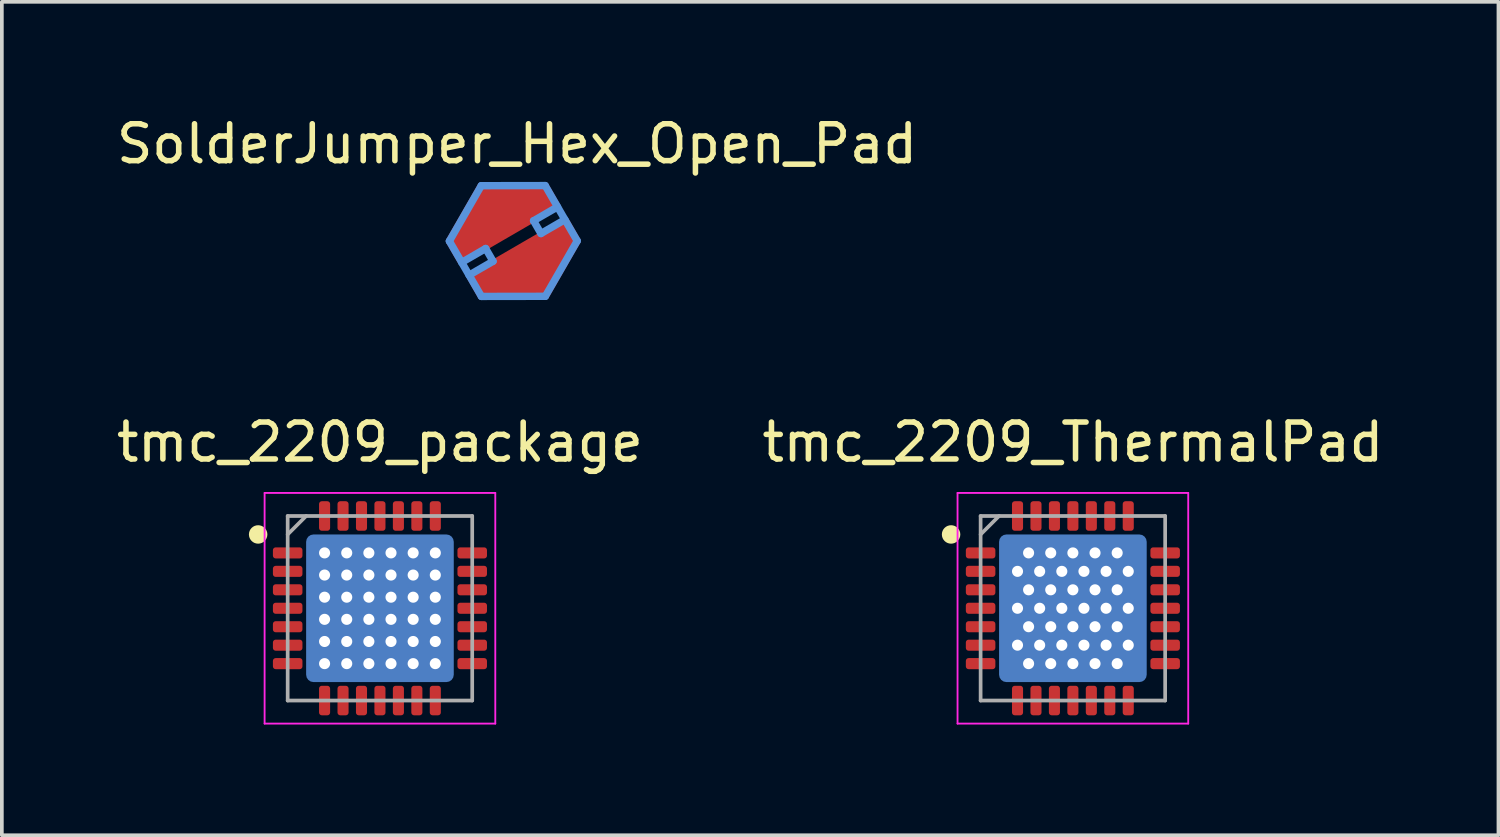
<source format=kicad_pcb>
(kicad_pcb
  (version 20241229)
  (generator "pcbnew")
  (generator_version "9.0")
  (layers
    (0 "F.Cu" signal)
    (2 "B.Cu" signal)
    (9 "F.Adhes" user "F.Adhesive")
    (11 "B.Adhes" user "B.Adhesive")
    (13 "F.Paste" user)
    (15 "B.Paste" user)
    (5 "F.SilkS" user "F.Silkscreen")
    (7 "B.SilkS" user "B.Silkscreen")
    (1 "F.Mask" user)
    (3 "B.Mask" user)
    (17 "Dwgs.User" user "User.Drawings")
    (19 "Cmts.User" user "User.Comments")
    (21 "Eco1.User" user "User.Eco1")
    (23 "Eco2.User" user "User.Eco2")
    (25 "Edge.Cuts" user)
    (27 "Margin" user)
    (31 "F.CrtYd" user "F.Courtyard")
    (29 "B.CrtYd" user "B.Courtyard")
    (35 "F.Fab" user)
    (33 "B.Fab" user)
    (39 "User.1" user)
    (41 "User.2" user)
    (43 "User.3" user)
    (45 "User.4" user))
  (footprint "SolderJumper_Hex_Open_Pad"
    (layer "F.Cu")
    (at 10.811 3.477)
    (property "Reference" "SolderJumper_Hex_Open_Pad" (at 0.147 -2.629 0) (layer "F.SilkS") (effects (font (size 1 1) (thickness 0.15))))
    (attr exclude_from_pos_files exclude_from_bom)
    (fp_line (start -1.686 0.006) (end -0.822 -1.496) (stroke (width 0.2) (type solid)) (layer "Cmts.User"))
    (fp_line (start -1.352 0.582) (end -0.703 0.206) (stroke (width 0.2) (type solid)) (layer "Cmts.User"))
    (fp_line (start -0.822 -1.496) (end 0.91 -1.499) (stroke (width 0.2) (type solid)) (layer "Cmts.User"))
    (fp_line (start -0.818 1.504) (end -1.686 0.006) (stroke (width 0.2) (type solid)) (layer "Cmts.User"))
    (fp_line (start -0.503 0.552) (end -1.152 0.928) (stroke (width 0.2) (type solid)) (layer "Cmts.User"))
    (fp_line (start -0.503 0.552) (end -0.703 0.206) (stroke (width 0.2) (type solid)) (layer "Cmts.User"))
    (fp_line (start 0.595 -0.546) (end 1.244 -0.922) (stroke (width 0.2) (type solid)) (layer "Cmts.User"))
    (fp_line (start 0.795 -0.2) (end 0.595 -0.546) (stroke (width 0.2) (type solid)) (layer "Cmts.User"))
    (fp_line (start 0.795 -0.2) (end 1.444 -0.576) (stroke (width 0.2) (type solid)) (layer "Cmts.User"))
    (fp_line (start 0.91 -1.499) (end 1.778 0) (stroke (width 0.2) (type solid)) (layer "Cmts.User"))
    (fp_line (start 0.914 1.501) (end -0.818 1.504) (stroke (width 0.2) (type solid)) (layer "Cmts.User"))
    (fp_line (start 1.778 0) (end 0.914 1.501) (stroke (width 0.2) (type solid)) (layer "Cmts.User"))
    (pad "1" smd custom (at -0.4 -0.8) (size 1.524 1.524) (layers "F.Cu" "F.Mask") (options (anchor circle)) (primitives (gr_poly (pts (xy -1.283 0.806) (xy -0.421 -0.693) (xy 1.307 -0.695) (xy 1.611 -0.169) (xy -0.977 1.333)) (width 0.2) (fill yes))))
    (pad "2" smd custom (at 0.5 0.8) (size 1.524 1.524) (layers "F.Cu" "F.Mask") (options (anchor circle)) (primitives (gr_poly (pts (xy 1.274 -0.8) (xy 0.412 0.699) (xy -1.316 0.701) (xy -1.619 0.174) (xy 0.969 -1.328)) (width 0.2) (fill yes)))))
  (footprint "tmc_2209_package"
    (layer "F.Cu")
    (at 7.244 13.43)
    (property "Reference" "tmc_2209_package" (at 0 -4.5 0) (layer "F.SilkS") (effects (font (size 1 1) (thickness 0.15))))
    (attr smd)
    (fp_circle (center -3.3 -2) (end -3.3 -1.875) (stroke (width 0.25) (type solid)) (fill no) (layer "F.SilkS"))
    (fp_line (start -3.125 -3.125) (end 3.125 -3.125) (stroke (width 0.05) (type solid)) (layer "F.CrtYd"))
    (fp_line (start -3.125 3.125) (end -3.125 -3.125) (stroke (width 0.05) (type solid)) (layer "F.CrtYd"))
    (fp_line (start 3.125 -3.125) (end 3.125 3.125) (stroke (width 0.05) (type solid)) (layer "F.CrtYd"))
    (fp_line (start 3.125 3.125) (end -3.125 3.125) (stroke (width 0.05) (type solid)) (layer "F.CrtYd"))
    (fp_line (start -2.5 -2.5) (end 2.5 -2.5) (stroke (width 0.1) (type solid)) (layer "F.Fab"))
    (fp_line (start -2.5 -2) (end -2 -2.5) (stroke (width 0.1) (type solid)) (layer "F.Fab"))
    (fp_line (start -2.5 2.5) (end -2.5 -2.5) (stroke (width 0.1) (type solid)) (layer "F.Fab"))
    (fp_line (start 2.5 -2.5) (end 2.5 2.5) (stroke (width 0.1) (type solid)) (layer "F.Fab"))
    (fp_line (start 2.5 2.5) (end -2.5 2.5) (stroke (width 0.1) (type solid)) (layer "F.Fab"))
    (pad "" smd roundrect (at -0.95 -0.95) (size 1.7 1.7) (layers "F.Paste") (roundrect_rratio 0.067))
    (pad "" smd roundrect (at -0.95 0.95) (size 1.7 1.7) (layers "F.Paste") (roundrect_rratio 0.067))
    (pad "" smd roundrect (at 0.95 -0.95) (size 1.7 1.7) (layers "F.Paste") (roundrect_rratio 0.067))
    (pad "" smd roundrect (at 0.95 0.95) (size 1.7 1.7) (layers "F.Paste") (roundrect_rratio 0.067))
    (pad "1" smd roundrect (at -2.5 -1.5 90) (size 0.3 0.8) (layers "F.Cu" "F.Mask" "F.Paste") (roundrect_rratio 0.25))
    (pad "2" smd roundrect (at -2.5 -1 90) (size 0.3 0.8) (layers "F.Cu" "F.Mask" "F.Paste") (roundrect_rratio 0.25))
    (pad "3" smd roundrect (at -2.5 -0.5 90) (size 0.3 0.8) (layers "F.Cu" "F.Mask" "F.Paste") (roundrect_rratio 0.25))
    (pad "4" smd roundrect (at -2.5 0 90) (size 0.3 0.8) (layers "F.Cu" "F.Mask" "F.Paste") (roundrect_rratio 0.25))
    (pad "5" smd roundrect (at -2.5 0.5 90) (size 0.3 0.8) (layers "F.Cu" "F.Mask" "F.Paste") (roundrect_rratio 0.25))
    (pad "6" smd roundrect (at -2.5 1 90) (size 0.3 0.8) (layers "F.Cu" "F.Mask" "F.Paste") (roundrect_rratio 0.25))
    (pad "7" smd roundrect (at -2.5 1.5 90) (size 0.3 0.8) (layers "F.Cu" "F.Mask" "F.Paste") (roundrect_rratio 0.25))
    (pad "8" smd roundrect (at -1.5 2.5) (size 0.3 0.8) (layers "F.Cu" "F.Mask" "F.Paste") (roundrect_rratio 0.25))
    (pad "9" smd roundrect (at -1 2.5) (size 0.3 0.8) (layers "F.Cu" "F.Mask" "F.Paste") (roundrect_rratio 0.25))
    (pad "10" smd roundrect (at -0.5 2.5) (size 0.3 0.8) (layers "F.Cu" "F.Mask" "F.Paste") (roundrect_rratio 0.25))
    (pad "11" smd roundrect (at 0 2.5) (size 0.3 0.8) (layers "F.Cu" "F.Mask" "F.Paste") (roundrect_rratio 0.25))
    (pad "12" smd roundrect (at 0.5 2.5) (size 0.3 0.8) (layers "F.Cu" "F.Mask" "F.Paste") (roundrect_rratio 0.25))
    (pad "13" smd roundrect (at 1 2.5) (size 0.3 0.8) (layers "F.Cu" "F.Mask" "F.Paste") (roundrect_rratio 0.25))
    (pad "14" smd roundrect (at 1.5 2.5) (size 0.3 0.8) (layers "F.Cu" "F.Mask" "F.Paste") (roundrect_rratio 0.25))
    (pad "15" smd roundrect (at 2.5 1.5 90) (size 0.3 0.8) (layers "F.Cu" "F.Mask" "F.Paste") (roundrect_rratio 0.25))
    (pad "16" smd roundrect (at 2.5 1 90) (size 0.3 0.8) (layers "F.Cu" "F.Mask" "F.Paste") (roundrect_rratio 0.25))
    (pad "17" smd roundrect (at 2.5 0.5 90) (size 0.3 0.8) (layers "F.Cu" "F.Mask" "F.Paste") (roundrect_rratio 0.25))
    (pad "18" smd roundrect (at 2.5 0 90) (size 0.3 0.8) (layers "F.Cu" "F.Mask" "F.Paste") (roundrect_rratio 0.25))
    (pad "19" smd roundrect (at 2.5 -0.5 90) (size 0.3 0.8) (layers "F.Cu" "F.Mask" "F.Paste") (roundrect_rratio 0.25))
    (pad "20" smd roundrect (at 2.5 -1 90) (size 0.3 0.8) (layers "F.Cu" "F.Mask" "F.Paste") (roundrect_rratio 0.25))
    (pad "21" smd roundrect (at 2.5 -1.5 90) (size 0.3 0.8) (layers "F.Cu" "F.Mask" "F.Paste") (roundrect_rratio 0.25))
    (pad "22" smd roundrect (at 1.5 -2.5) (size 0.3 0.8) (layers "F.Cu" "F.Mask" "F.Paste") (roundrect_rratio 0.25))
    (pad "23" smd roundrect (at 1 -2.5) (size 0.3 0.8) (layers "F.Cu" "F.Mask" "F.Paste") (roundrect_rratio 0.25))
    (pad "24" smd roundrect (at 0.5 -2.5) (size 0.3 0.8) (layers "F.Cu" "F.Mask" "F.Paste") (roundrect_rratio 0.25))
    (pad "25" smd roundrect (at 0 -2.5) (size 0.3 0.8) (layers "F.Cu" "F.Mask" "F.Paste") (roundrect_rratio 0.25))
    (pad "26" smd roundrect (at -0.5 -2.5) (size 0.3 0.8) (layers "F.Cu" "F.Mask" "F.Paste") (roundrect_rratio 0.25))
    (pad "27" smd roundrect (at -1 -2.5) (size 0.3 0.8) (layers "F.Cu" "F.Mask" "F.Paste") (roundrect_rratio 0.25))
    (pad "28" smd roundrect (at -1.5 -2.5) (size 0.3 0.8) (layers "F.Cu" "F.Mask" "F.Paste") (roundrect_rratio 0.25))
    (pad "29" thru_hole circle (at -1.5 -1.5) (size 0.55 0.55) (drill 0.3) (layers "*.Cu" "*.Mask"))
    (pad "29" thru_hole circle (at -1.5 -0.9) (size 0.55 0.55) (drill 0.3) (layers "*.Cu"))
    (pad "29" thru_hole circle (at -1.5 -0.3) (size 0.55 0.55) (drill 0.3) (layers "*.Cu"))
    (pad "29" thru_hole circle (at -1.5 0.3) (size 0.55 0.55) (drill 0.3) (layers "*.Cu"))
    (pad "29" thru_hole circle (at -1.5 0.9) (size 0.55 0.55) (drill 0.3) (layers "*.Cu"))
    (pad "29" thru_hole circle (at -1.5 1.5) (size 0.55 0.55) (drill 0.3) (layers "*.Cu"))
    (pad "29" thru_hole circle (at -0.9 -1.5) (size 0.55 0.55) (drill 0.3) (layers "*.Cu"))
    (pad "29" thru_hole circle (at -0.9 -0.9) (size 0.55 0.55) (drill 0.3) (layers "*.Cu"))
    (pad "29" thru_hole circle (at -0.9 -0.3) (size 0.55 0.55) (drill 0.3) (layers "*.Cu"))
    (pad "29" thru_hole circle (at -0.9 0.3) (size 0.55 0.55) (drill 0.3) (layers "*.Cu"))
    (pad "29" thru_hole circle (at -0.9 0.9) (size 0.55 0.55) (drill 0.3) (layers "*.Cu"))
    (pad "29" thru_hole circle (at -0.9 1.5) (size 0.55 0.55) (drill 0.3) (layers "*.Cu"))
    (pad "29" thru_hole circle (at -0.3 -1.5) (size 0.55 0.55) (drill 0.3) (layers "*.Cu"))
    (pad "29" thru_hole circle (at -0.3 -0.9) (size 0.55 0.55) (drill 0.3) (layers "*.Cu"))
    (pad "29" thru_hole circle (at -0.3 -0.3) (size 0.55 0.55) (drill 0.3) (layers "*.Cu"))
    (pad "29" thru_hole circle (at -0.3 0.3) (size 0.55 0.55) (drill 0.3) (layers "*.Cu"))
    (pad "29" thru_hole circle (at -0.3 0.9) (size 0.55 0.55) (drill 0.3) (layers "*.Cu"))
    (pad "29" thru_hole circle (at -0.3 1.5) (size 0.55 0.55) (drill 0.3) (layers "*.Cu"))
    (pad "29" smd roundrect (at 0 0) (size 3.8 3.8) (layers "F.Cu" "F.Mask") (roundrect_rratio 0.026))
    (pad "29" smd roundrect (at 0 0) (size 4 4) (layers "B.Cu" "B.Mask") (roundrect_rratio 0.05))
    (pad "29" thru_hole circle (at 0.3 -1.5) (size 0.55 0.55) (drill 0.3) (layers "*.Cu"))
    (pad "29" thru_hole circle (at 0.3 -0.9) (size 0.55 0.55) (drill 0.3) (layers "*.Cu"))
    (pad "29" thru_hole circle (at 0.3 -0.3) (size 0.55 0.55) (drill 0.3) (layers "*.Cu"))
    (pad "29" thru_hole circle (at 0.3 0.3) (size 0.55 0.55) (drill 0.3) (layers "*.Cu"))
    (pad "29" thru_hole circle (at 0.3 0.9) (size 0.55 0.55) (drill 0.3) (layers "*.Cu"))
    (pad "29" thru_hole circle (at 0.3 1.5) (size 0.55 0.55) (drill 0.3) (layers "*.Cu"))
    (pad "29" thru_hole circle (at 0.9 -1.5) (size 0.55 0.55) (drill 0.3) (layers "*.Cu"))
    (pad "29" thru_hole circle (at 0.9 -0.9) (size 0.55 0.55) (drill 0.3) (layers "*.Cu"))
    (pad "29" thru_hole circle (at 0.9 -0.3) (size 0.55 0.55) (drill 0.3) (layers "*.Cu"))
    (pad "29" thru_hole circle (at 0.9 0.3) (size 0.55 0.55) (drill 0.3) (layers "*.Cu"))
    (pad "29" thru_hole circle (at 0.9 0.9) (size 0.55 0.55) (drill 0.3) (layers "*.Cu"))
    (pad "29" thru_hole circle (at 0.9 1.5) (size 0.55 0.55) (drill 0.3) (layers "*.Cu"))
    (pad "29" thru_hole circle (at 1.5 -1.5) (size 0.55 0.55) (drill 0.3) (layers "*.Cu"))
    (pad "29" thru_hole circle (at 1.5 -0.9) (size 0.55 0.55) (drill 0.3) (layers "*.Cu"))
    (pad "29" thru_hole circle (at 1.5 -0.3) (size 0.55 0.55) (drill 0.3) (layers "*.Cu"))
    (pad "29" thru_hole circle (at 1.5 0.3) (size 0.55 0.55) (drill 0.3) (layers "*.Cu"))
    (pad "29" thru_hole circle (at 1.5 0.9) (size 0.55 0.55) (drill 0.3) (layers "*.Cu"))
    (pad "29" thru_hole circle (at 1.5 1.5) (size 0.55 0.55) (drill 0.3) (layers "*.Cu")))
  (footprint "tmc_2209_ThermalPad"
    (layer "F.Cu")
    (at 26.018 13.43)
    (property "Reference" "tmc_2209_ThermalPad" (at 0 -4.5 0) (layer "F.SilkS") (effects (font (size 1 1) (thickness 0.15))))
    (attr smd)
    (fp_circle (center -3.3 -2) (end -3.3 -1.875) (stroke (width 0.25) (type solid)) (fill no) (layer "F.SilkS"))
    (fp_line (start -3.125 -3.125) (end 3.125 -3.125) (stroke (width 0.05) (type solid)) (layer "F.CrtYd"))
    (fp_line (start -3.125 3.125) (end -3.125 -3.125) (stroke (width 0.05) (type solid)) (layer "F.CrtYd"))
    (fp_line (start 3.125 -3.125) (end 3.125 3.125) (stroke (width 0.05) (type solid)) (layer "F.CrtYd"))
    (fp_line (start 3.125 3.125) (end -3.125 3.125) (stroke (width 0.05) (type solid)) (layer "F.CrtYd"))
    (fp_line (start -2.5 -2.5) (end 2.5 -2.5) (stroke (width 0.1) (type solid)) (layer "F.Fab"))
    (fp_line (start -2.5 -2) (end -2 -2.5) (stroke (width 0.1) (type solid)) (layer "F.Fab"))
    (fp_line (start -2.5 2.5) (end -2.5 -2.5) (stroke (width 0.1) (type solid)) (layer "F.Fab"))
    (fp_line (start 2.5 -2.5) (end 2.5 2.5) (stroke (width 0.1) (type solid)) (layer "F.Fab"))
    (fp_line (start 2.5 2.5) (end -2.5 2.5) (stroke (width 0.1) (type solid)) (layer "F.Fab"))
    (pad "" smd roundrect (at -0.925 -0.925) (size 1.65 1.65) (layers "F.Paste") (roundrect_rratio 0.067))
    (pad "" smd roundrect (at -0.925 0.925) (size 1.65 1.65) (layers "F.Paste") (roundrect_rratio 0.067))
    (pad "" smd roundrect (at 0 0) (size 3.7 3.7) (layers "F.Mask") (roundrect_rratio 0.026))
    (pad "" smd roundrect (at 0.925 -0.925) (size 1.65 1.65) (layers "F.Paste") (roundrect_rratio 0.067))
    (pad "" smd roundrect (at 0.925 0.925) (size 1.65 1.65) (layers "F.Paste") (roundrect_rratio 0.067))
    (pad "1" smd roundrect (at -2.5 -1.5 90) (size 0.3 0.8) (layers "F.Cu" "F.Mask" "F.Paste") (roundrect_rratio 0.25))
    (pad "2" smd roundrect (at -2.5 -1 90) (size 0.3 0.8) (layers "F.Cu" "F.Mask" "F.Paste") (roundrect_rratio 0.25))
    (pad "3" smd roundrect (at -2.5 -0.5 90) (size 0.3 0.8) (layers "F.Cu" "F.Mask" "F.Paste") (roundrect_rratio 0.25))
    (pad "4" smd roundrect (at -2.5 0 90) (size 0.3 0.8) (layers "F.Cu" "F.Mask" "F.Paste") (roundrect_rratio 0.25))
    (pad "5" smd roundrect (at -2.5 0.5 90) (size 0.3 0.8) (layers "F.Cu" "F.Mask" "F.Paste") (roundrect_rratio 0.25))
    (pad "6" smd roundrect (at -2.5 1 90) (size 0.3 0.8) (layers "F.Cu" "F.Mask" "F.Paste") (roundrect_rratio 0.25))
    (pad "7" smd roundrect (at -2.5 1.5 90) (size 0.3 0.8) (layers "F.Cu" "F.Mask" "F.Paste") (roundrect_rratio 0.25))
    (pad "8" smd roundrect (at -1.5 2.5) (size 0.3 0.8) (layers "F.Cu" "F.Mask" "F.Paste") (roundrect_rratio 0.25))
    (pad "9" smd roundrect (at -1 2.5) (size 0.3 0.8) (layers "F.Cu" "F.Mask" "F.Paste") (roundrect_rratio 0.25))
    (pad "10" smd roundrect (at -0.5 2.5) (size 0.3 0.8) (layers "F.Cu" "F.Mask" "F.Paste") (roundrect_rratio 0.25))
    (pad "11" smd roundrect (at 0 2.5) (size 0.3 0.8) (layers "F.Cu" "F.Mask" "F.Paste") (roundrect_rratio 0.25))
    (pad "12" smd roundrect (at 0.5 2.5) (size 0.3 0.8) (layers "F.Cu" "F.Mask" "F.Paste") (roundrect_rratio 0.25))
    (pad "13" smd roundrect (at 1 2.5) (size 0.3 0.8) (layers "F.Cu" "F.Mask" "F.Paste") (roundrect_rratio 0.25))
    (pad "14" smd roundrect (at 1.5 2.5) (size 0.3 0.8) (layers "F.Cu" "F.Mask" "F.Paste") (roundrect_rratio 0.25))
    (pad "15" smd roundrect (at 2.5 1.5 90) (size 0.3 0.8) (layers "F.Cu" "F.Mask" "F.Paste") (roundrect_rratio 0.25))
    (pad "16" smd roundrect (at 2.5 1 90) (size 0.3 0.8) (layers "F.Cu" "F.Mask" "F.Paste") (roundrect_rratio 0.25))
    (pad "17" smd roundrect (at 2.5 0.5 90) (size 0.3 0.8) (layers "F.Cu" "F.Mask" "F.Paste") (roundrect_rratio 0.25))
    (pad "18" smd roundrect (at 2.5 0 90) (size 0.3 0.8) (layers "F.Cu" "F.Mask" "F.Paste") (roundrect_rratio 0.25))
    (pad "19" smd roundrect (at 2.5 -0.5 90) (size 0.3 0.8) (layers "F.Cu" "F.Mask" "F.Paste") (roundrect_rratio 0.25))
    (pad "20" smd roundrect (at 2.5 -1 90) (size 0.3 0.8) (layers "F.Cu" "F.Mask" "F.Paste") (roundrect_rratio 0.25))
    (pad "21" smd roundrect (at 2.5 -1.5 90) (size 0.3 0.8) (layers "F.Cu" "F.Mask" "F.Paste") (roundrect_rratio 0.25))
    (pad "22" smd roundrect (at 1.5 -2.5) (size 0.3 0.8) (layers "F.Cu" "F.Mask" "F.Paste") (roundrect_rratio 0.25))
    (pad "23" smd roundrect (at 1 -2.5) (size 0.3 0.8) (layers "F.Cu" "F.Mask" "F.Paste") (roundrect_rratio 0.25))
    (pad "24" smd roundrect (at 0.5 -2.5) (size 0.3 0.8) (layers "F.Cu" "F.Mask" "F.Paste") (roundrect_rratio 0.25))
    (pad "25" smd roundrect (at 0 -2.5) (size 0.3 0.8) (layers "F.Cu" "F.Mask" "F.Paste") (roundrect_rratio 0.25))
    (pad "26" smd roundrect (at -0.5 -2.5) (size 0.3 0.8) (layers "F.Cu" "F.Mask" "F.Paste") (roundrect_rratio 0.25))
    (pad "27" smd roundrect (at -1 -2.5) (size 0.3 0.8) (layers "F.Cu" "F.Mask" "F.Paste") (roundrect_rratio 0.25))
    (pad "28" smd roundrect (at -1.5 -2.5) (size 0.3 0.8) (layers "F.Cu" "F.Mask" "F.Paste") (roundrect_rratio 0.25))
    (pad "29" thru_hole circle (at -1.5 -1) (size 0.55 0.55) (drill 0.3) (layers "*.Cu"))
    (pad "29" thru_hole circle (at -1.5 0) (size 0.55 0.55) (drill 0.3) (layers "*.Cu"))
    (pad "29" thru_hole circle (at -1.5 1) (size 0.55 0.55) (drill 0.3) (layers "*.Cu"))
    (pad "29" thru_hole circle (at -1.2 -1.5) (size 0.55 0.55) (drill 0.3) (layers "*.Cu"))
    (pad "29" thru_hole circle (at -1.2 -0.5) (size 0.55 0.55) (drill 0.3) (layers "*.Cu"))
    (pad "29" thru_hole circle (at -1.2 0.5) (size 0.55 0.55) (drill 0.3) (layers "*.Cu"))
    (pad "29" thru_hole circle (at -1.2 1.5) (size 0.55 0.55) (drill 0.3) (layers "*.Cu"))
    (pad "29" thru_hole circle (at -0.9 -1) (size 0.55 0.55) (drill 0.3) (layers "*.Cu"))
    (pad "29" thru_hole circle (at -0.9 0) (size 0.55 0.55) (drill 0.3) (layers "*.Cu"))
    (pad "29" thru_hole circle (at -0.9 1) (size 0.55 0.55) (drill 0.3) (layers "*.Cu"))
    (pad "29" thru_hole circle (at -0.6 -1.5) (size 0.55 0.55) (drill 0.3) (layers "*.Cu"))
    (pad "29" thru_hole circle (at -0.6 -0.5) (size 0.55 0.55) (drill 0.3) (layers "*.Cu"))
    (pad "29" thru_hole circle (at -0.6 0.5) (size 0.55 0.55) (drill 0.3) (layers "*.Cu"))
    (pad "29" thru_hole circle (at -0.6 1.5) (size 0.55 0.55) (drill 0.3) (layers "*.Cu"))
    (pad "29" thru_hole circle (at -0.3 -1) (size 0.55 0.55) (drill 0.3) (layers "*.Cu"))
    (pad "29" thru_hole circle (at -0.3 0) (size 0.55 0.55) (drill 0.3) (layers "*.Cu"))
    (pad "29" thru_hole circle (at -0.3 1) (size 0.55 0.55) (drill 0.3) (layers "*.Cu"))
    (pad "29" thru_hole circle (at 0 -1.5) (size 0.55 0.55) (drill 0.3) (layers "*.Cu"))
    (pad "29" thru_hole circle (at 0 -0.5) (size 0.55 0.55) (drill 0.3) (layers "*.Cu"))
    (pad "29" smd roundrect (at 0 0) (size 3.8 3.8) (layers "F.Cu") (roundrect_rratio 0.026))
    (pad "29" smd roundrect (at 0 0) (size 4 4) (layers "B.Cu") (roundrect_rratio 0.05))
    (pad "29" thru_hole circle (at 0 0.5) (size 0.55 0.55) (drill 0.3) (layers "*.Cu"))
    (pad "29" thru_hole circle (at 0 1.5) (size 0.55 0.55) (drill 0.3) (layers "*.Cu"))
    (pad "29" thru_hole circle (at 0.3 -1) (size 0.55 0.55) (drill 0.3) (layers "*.Cu"))
    (pad "29" thru_hole circle (at 0.3 0) (size 0.55 0.55) (drill 0.3) (layers "*.Cu"))
    (pad "29" thru_hole circle (at 0.3 1) (size 0.55 0.55) (drill 0.3) (layers "*.Cu"))
    (pad "29" thru_hole circle (at 0.6 -1.5) (size 0.55 0.55) (drill 0.3) (layers "*.Cu"))
    (pad "29" thru_hole circle (at 0.6 -0.5) (size 0.55 0.55) (drill 0.3) (layers "*.Cu"))
    (pad "29" thru_hole circle (at 0.6 0.5) (size 0.55 0.55) (drill 0.3) (layers "*.Cu"))
    (pad "29" thru_hole circle (at 0.6 1.5) (size 0.55 0.55) (drill 0.3) (layers "*.Cu"))
    (pad "29" thru_hole circle (at 0.9 -1) (size 0.55 0.55) (drill 0.3) (layers "*.Cu"))
    (pad "29" thru_hole circle (at 0.9 0) (size 0.55 0.55) (drill 0.3) (layers "*.Cu"))
    (pad "29" thru_hole circle (at 0.9 1) (size 0.55 0.55) (drill 0.3) (layers "*.Cu"))
    (pad "29" thru_hole circle (at 1.2 -1.5) (size 0.55 0.55) (drill 0.3) (layers "*.Cu"))
    (pad "29" thru_hole circle (at 1.2 -0.5) (size 0.55 0.55) (drill 0.3) (layers "*.Cu"))
    (pad "29" thru_hole circle (at 1.2 0.5) (size 0.55 0.55) (drill 0.3) (layers "*.Cu"))
    (pad "29" thru_hole circle (at 1.2 1.5) (size 0.55 0.55) (drill 0.3) (layers "*.Cu"))
    (pad "29" thru_hole circle (at 1.5 -1) (size 0.55 0.55) (drill 0.3) (layers "*.Cu"))
    (pad "29" thru_hole circle (at 1.5 0) (size 0.55 0.55) (drill 0.3) (layers "*.Cu"))
    (pad "29" thru_hole circle (at 1.5 1) (size 0.55 0.55) (drill 0.3) (layers "*.Cu")))
  (gr_rect
    (start -3 -3)
    (end 37.548 19.58)
    (stroke (width 0.1) (type default))
    (fill no)
    (layer "Edge.Cuts")))
</source>
